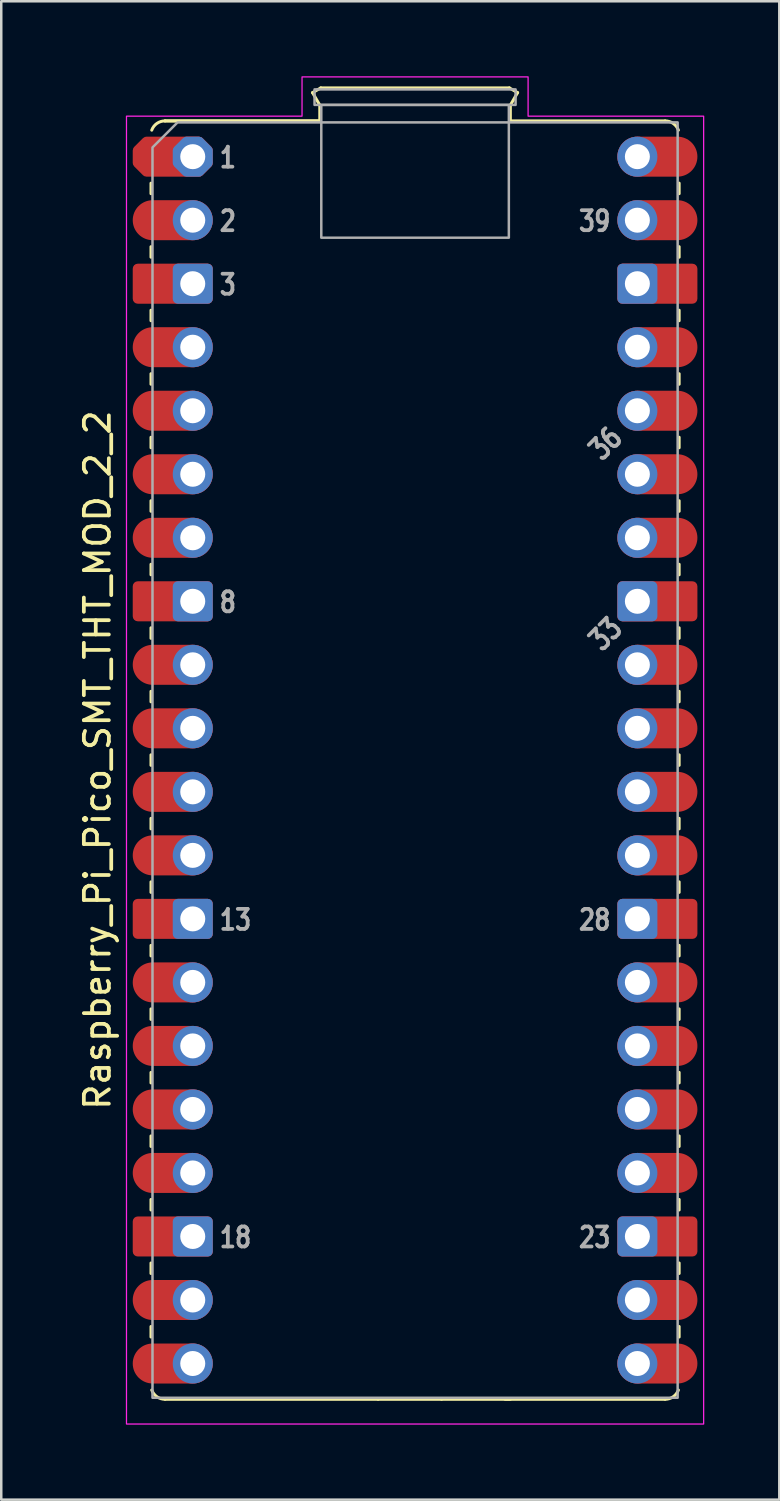
<source format=kicad_pcb>
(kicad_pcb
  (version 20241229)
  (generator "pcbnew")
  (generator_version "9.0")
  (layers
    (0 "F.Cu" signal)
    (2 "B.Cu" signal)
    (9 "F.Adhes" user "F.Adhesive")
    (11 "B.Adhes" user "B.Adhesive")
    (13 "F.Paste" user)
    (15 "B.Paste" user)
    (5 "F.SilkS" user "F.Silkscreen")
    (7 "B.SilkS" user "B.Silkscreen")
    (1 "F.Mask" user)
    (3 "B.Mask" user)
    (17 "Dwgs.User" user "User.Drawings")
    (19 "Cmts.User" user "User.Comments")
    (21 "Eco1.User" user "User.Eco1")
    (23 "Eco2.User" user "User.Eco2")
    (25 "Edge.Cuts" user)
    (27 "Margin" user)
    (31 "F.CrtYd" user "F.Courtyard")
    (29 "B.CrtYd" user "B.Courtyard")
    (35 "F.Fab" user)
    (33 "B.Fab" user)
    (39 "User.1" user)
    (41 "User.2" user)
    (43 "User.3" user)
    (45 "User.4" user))
  (footprint "Raspberry_Pi_Pico_SMT_THT_MOD_2_2"
    (layer "F.Cu")
    (at 4.658 3.215)
    (property "Reference" "Raspberry_Pi_Pico_SMT_THT_MOD_2_2" (at -3.81 24.13 270) (layer "F.SilkS") (effects (font (size 1 1) (thickness 0.15))))
    (attr through_hole)
    (fp_line (start -1.67 1.06) (end -1.67 1.48) (stroke (width 0.12) (type solid)) (layer "F.SilkS"))
    (fp_line (start -1.67 3.6) (end -1.67 4.02) (stroke (width 0.12) (type solid)) (layer "F.SilkS"))
    (fp_line (start -1.67 6.14) (end -1.67 6.56) (stroke (width 0.12) (type solid)) (layer "F.SilkS"))
    (fp_line (start -1.67 8.68) (end -1.67 9.1) (stroke (width 0.12) (type solid)) (layer "F.SilkS"))
    (fp_line (start -1.67 11.22) (end -1.67 11.64) (stroke (width 0.12) (type solid)) (layer "F.SilkS"))
    (fp_line (start -1.67 13.76) (end -1.67 14.18) (stroke (width 0.12) (type solid)) (layer "F.SilkS"))
    (fp_line (start -1.67 16.3) (end -1.67 16.72) (stroke (width 0.12) (type solid)) (layer "F.SilkS"))
    (fp_line (start -1.67 18.84) (end -1.67 19.26) (stroke (width 0.12) (type solid)) (layer "F.SilkS"))
    (fp_line (start -1.67 21.38) (end -1.67 21.8) (stroke (width 0.12) (type solid)) (layer "F.SilkS"))
    (fp_line (start -1.67 23.92) (end -1.67 24.34) (stroke (width 0.12) (type solid)) (layer "F.SilkS"))
    (fp_line (start -1.67 26.46) (end -1.67 26.88) (stroke (width 0.12) (type solid)) (layer "F.SilkS"))
    (fp_line (start -1.67 29) (end -1.67 29.42) (stroke (width 0.12) (type solid)) (layer "F.SilkS"))
    (fp_line (start -1.67 31.54) (end -1.67 31.96) (stroke (width 0.12) (type solid)) (layer "F.SilkS"))
    (fp_line (start -1.67 34.08) (end -1.67 34.5) (stroke (width 0.12) (type solid)) (layer "F.SilkS"))
    (fp_line (start -1.67 36.62) (end -1.67 37.04) (stroke (width 0.12) (type solid)) (layer "F.SilkS"))
    (fp_line (start -1.67 39.16) (end -1.67 39.58) (stroke (width 0.12) (type solid)) (layer "F.SilkS"))
    (fp_line (start -1.67 41.7) (end -1.67 42.12) (stroke (width 0.12) (type solid)) (layer "F.SilkS"))
    (fp_line (start -1.67 44.24) (end -1.67 44.66) (stroke (width 0.12) (type solid)) (layer "F.SilkS"))
    (fp_line (start -1.67 46.78) (end -1.67 47.2) (stroke (width 0.12) (type solid)) (layer "F.SilkS"))
    (fp_line (start -1.11 -1.43) (end 5.08 -1.43) (stroke (width 0.12) (type solid)) (layer "F.SilkS"))
    (fp_line (start -1.11 49.69) (end 7.41 49.69) (stroke (width 0.12) (type solid)) (layer "F.SilkS"))
    (fp_line (start 4.79 -2.56) (end 5.12 -2.75) (stroke (width 0.12) (type solid)) (layer "F.SilkS"))
    (fp_line (start 5.08 -2.06) (end 4.79 -2.56) (stroke (width 0.12) (type solid)) (layer "F.SilkS"))
    (fp_line (start 5.08 -1.43) (end -1.11 -1.43) (stroke (width 0.12) (type solid)) (layer "F.SilkS"))
    (fp_line (start 5.08 -1.43) (end 5.08 -2.06) (stroke (width 0.12) (type solid)) (layer "F.SilkS"))
    (fp_line (start 5.12 -2.75) (end 12.66 -2.75) (stroke (width 0.12) (type solid)) (layer "F.SilkS"))
    (fp_line (start 7.41 49.69) (end 9.95 49.69) (stroke (width 0.12) (type solid)) (layer "F.SilkS"))
    (fp_line (start 9.95 49.69) (end 12.7 49.69) (stroke (width 0.12) (type solid)) (layer "F.SilkS"))
    (fp_line (start 12.49 49.69) (end 18.89 49.69) (stroke (width 0.12) (type solid)) (layer "F.SilkS"))
    (fp_line (start 12.66 -2.75) (end 12.99 -2.56) (stroke (width 0.12) (type solid)) (layer "F.SilkS"))
    (fp_line (start 12.7 -2.06) (end 12.7 -1.43) (stroke (width 0.12) (type solid)) (layer "F.SilkS"))
    (fp_line (start 12.99 -2.56) (end 12.7 -2.06) (stroke (width 0.12) (type solid)) (layer "F.SilkS"))
    (fp_line (start 18.89 -1.43) (end 12.7 -1.43) (stroke (width 0.12) (type solid)) (layer "F.SilkS"))
    (fp_line (start 19.45 1.06) (end 19.45 1.48) (stroke (width 0.12) (type solid)) (layer "F.SilkS"))
    (fp_line (start 19.45 3.6) (end 19.45 4.02) (stroke (width 0.12) (type solid)) (layer "F.SilkS"))
    (fp_line (start 19.45 6.14) (end 19.45 6.56) (stroke (width 0.12) (type solid)) (layer "F.SilkS"))
    (fp_line (start 19.45 8.68) (end 19.45 9.1) (stroke (width 0.12) (type solid)) (layer "F.SilkS"))
    (fp_line (start 19.45 11.22) (end 19.45 11.64) (stroke (width 0.12) (type solid)) (layer "F.SilkS"))
    (fp_line (start 19.45 13.76) (end 19.45 14.18) (stroke (width 0.12) (type solid)) (layer "F.SilkS"))
    (fp_line (start 19.45 16.3) (end 19.45 16.72) (stroke (width 0.12) (type solid)) (layer "F.SilkS"))
    (fp_line (start 19.45 18.84) (end 19.45 19.26) (stroke (width 0.12) (type solid)) (layer "F.SilkS"))
    (fp_line (start 19.45 21.38) (end 19.45 21.8) (stroke (width 0.12) (type solid)) (layer "F.SilkS"))
    (fp_line (start 19.45 23.92) (end 19.45 24.34) (stroke (width 0.12) (type solid)) (layer "F.SilkS"))
    (fp_line (start 19.45 26.46) (end 19.45 26.88) (stroke (width 0.12) (type solid)) (layer "F.SilkS"))
    (fp_line (start 19.45 29) (end 19.45 29.42) (stroke (width 0.12) (type solid)) (layer "F.SilkS"))
    (fp_line (start 19.45 31.54) (end 19.45 31.96) (stroke (width 0.12) (type solid)) (layer "F.SilkS"))
    (fp_line (start 19.45 34.08) (end 19.45 34.5) (stroke (width 0.12) (type solid)) (layer "F.SilkS"))
    (fp_line (start 19.45 36.62) (end 19.45 37.04) (stroke (width 0.12) (type solid)) (layer "F.SilkS"))
    (fp_line (start 19.45 39.16) (end 19.45 39.58) (stroke (width 0.12) (type solid)) (layer "F.SilkS"))
    (fp_line (start 19.45 41.7) (end 19.45 42.12) (stroke (width 0.12) (type solid)) (layer "F.SilkS"))
    (fp_line (start 19.45 44.24) (end 19.45 44.66) (stroke (width 0.12) (type solid)) (layer "F.SilkS"))
    (fp_line (start 19.45 46.78) (end 19.45 47.2) (stroke (width 0.12) (type solid)) (layer "F.SilkS"))
    (fp_arc (start -1.64 -1.06) (mid -1.433508 -1.328808) (end -1.11 -1.43) (stroke (width 0.12) (type solid)) (layer "F.SilkS"))
    (fp_arc (start -1.11 49.69) (mid -1.433508 49.588809) (end -1.64 49.32) (stroke (width 0.12) (type solid)) (layer "F.SilkS"))
    (fp_arc (start 18.89 -1.43) (mid 19.213484 -1.328785) (end 19.42 -1.06) (stroke (width 0.12) (type solid)) (layer "F.SilkS"))
    (fp_arc (start 19.42 49.32) (mid 19.213497 49.588778) (end 18.89 49.69) (stroke (width 0.12) (type solid)) (layer "F.SilkS"))
    (fp_poly (pts (xy 13.41 -1.62) (xy 20.43 -1.62) (xy 20.43 50.68) (xy -2.65 50.68) (xy -2.65 -1.62) (xy 4.37 -1.62) (xy 4.37 -3.19) (xy 13.41 -3.19)) (stroke (width 0.05) (type solid)) (fill no) (layer "F.CrtYd"))
    (fp_rect (start 4.87 -2.69) (end 12.91 -2.07) (stroke (width 0.1) (type solid)) (fill no) (layer "F.Fab"))
    (fp_rect (start 5.14 -2.07) (end 12.64 3.24) (stroke (width 0.1) (type solid)) (fill no) (layer "F.Fab"))
    (fp_poly (pts (xy 19.39 49.63) (xy -1.61 49.63) (xy -1.61 -0.37) (xy -0.61 -1.37) (xy 19.39 -1.37)) (stroke (width 0.1) (type solid)) (fill no) (layer "F.Fab"))
    (fp_text user "33" (at 16.51 19.088 45) (unlocked yes) (layer "F.Fab") (effects (font (size 0.8 0.64) (thickness 0.15))))
    (fp_text user "2" (at 1 2.578 0) (unlocked yes) (layer "F.Fab") (effects (font (size 0.8 0.64) (thickness 0.15)) (justify left)))
    (fp_text user "28" (at 16.78 30.518 0) (unlocked yes) (layer "F.Fab") (effects (font (size 0.8 0.64) (thickness 0.15)) (justify right)))
    (fp_text user "39" (at 16.78 2.578 0) (unlocked yes) (layer "F.Fab") (effects (font (size 0.8 0.64) (thickness 0.15)) (justify right)))
    (fp_text user "1" (at 1 0.038 0) (unlocked yes) (layer "F.Fab") (effects (font (size 0.8 0.64) (thickness 0.15)) (justify left)))
    (fp_text user "18" (at 1 43.218 0) (unlocked yes) (layer "F.Fab") (effects (font (size 0.8 0.64) (thickness 0.15)) (justify left)))
    (fp_text user "3" (at 1 5.118 0) (unlocked yes) (layer "F.Fab") (effects (font (size 0.8 0.64) (thickness 0.15)) (justify left)))
    (fp_text user "23" (at 16.78 43.218 0) (unlocked yes) (layer "F.Fab") (effects (font (size 0.8 0.64) (thickness 0.15)) (justify right)))
    (fp_text user "36" (at 16.51 11.468 45) (unlocked yes) (layer "F.Fab") (effects (font (size 0.8 0.64) (thickness 0.15))))
    (fp_text user "8" (at 1 17.818 0) (unlocked yes) (layer "F.Fab") (effects (font (size 0.8 0.64) (thickness 0.15)) (justify left)))
    (fp_text user "13" (at 1 30.518 0) (unlocked yes) (layer "F.Fab") (effects (font (size 0.8 0.64) (thickness 0.15)) (justify left)))
    (pad "1" smd custom (at -1.6 0) (size 1.6 1.6) (layers "F.Cu" "F.Mask") (options (anchor circle)) (primitives (gr_poly (pts (xy 2.2 0.249) (xy 1.849 0.6) (xy -0.249 0.6) (xy -0.6 0.249) (xy -0.6 -0.249) (xy -0.249 -0.6) (xy 1.849 -0.6) (xy 2.2 -0.249)) (width 0.4) (fill yes))))
    (pad "1" thru_hole custom (at 0 0) (size 1.6 1.6) (drill 1) (layers "*.Cu" "*.Mask") (options (anchor circle)) (primitives (gr_poly (pts (xy 0.6 0.249) (xy 0.249 0.6) (xy -0.249 0.6) (xy -0.6 0.249) (xy -0.6 -0.249) (xy -0.249 -0.6) (xy 0.249 -0.6) (xy 0.6 -0.249)) (width 0.4) (fill yes))))
    (pad "2" smd oval (at -1.6 2.54) (size 3.2 1.6) (drill (offset 0.8 0)) (layers "F.Cu" "F.Mask"))
    (pad "2" thru_hole circle (at 0 2.54) (size 1.6 1.6) (drill 1) (layers "*.Cu" "*.Mask"))
    (pad "3" smd roundrect (at -1.6 5.08) (size 3.2 1.6) (drill (offset 0.8 0)) (layers "F.Cu" "F.Mask") (roundrect_rratio 0.125))
    (pad "3" thru_hole roundrect (at 0 5.08) (size 1.6 1.6) (drill 1) (layers "*.Cu" "*.Mask") (roundrect_rratio 0.125))
    (pad "4" smd oval (at -1.6 7.62) (size 3.2 1.6) (drill (offset 0.8 0)) (layers "F.Cu" "F.Mask"))
    (pad "4" thru_hole circle (at 0 7.62) (size 1.6 1.6) (drill 1) (layers "*.Cu" "*.Mask"))
    (pad "5" smd oval (at -1.6 10.16) (size 3.2 1.6) (drill (offset 0.8 0)) (layers "F.Cu" "F.Mask"))
    (pad "5" thru_hole circle (at 0 10.16) (size 1.6 1.6) (drill 1) (layers "*.Cu" "*.Mask"))
    (pad "6" smd oval (at -1.6 12.7) (size 3.2 1.6) (drill (offset 0.8 0)) (layers "F.Cu" "F.Mask"))
    (pad "6" thru_hole circle (at 0 12.7) (size 1.6 1.6) (drill 1) (layers "*.Cu" "*.Mask"))
    (pad "7" smd oval (at -1.6 15.24) (size 3.2 1.6) (drill (offset 0.8 0)) (layers "F.Cu" "F.Mask"))
    (pad "7" thru_hole circle (at 0 15.24) (size 1.6 1.6) (drill 1) (layers "*.Cu" "*.Mask"))
    (pad "8" smd roundrect (at -1.6 17.78) (size 3.2 1.6) (drill (offset 0.8 0)) (layers "F.Cu" "F.Mask") (roundrect_rratio 0.125))
    (pad "8" thru_hole roundrect (at 0 17.78) (size 1.6 1.6) (drill 1) (layers "*.Cu" "*.Mask") (roundrect_rratio 0.125))
    (pad "9" smd oval (at -1.6 20.32) (size 3.2 1.6) (drill (offset 0.8 0)) (layers "F.Cu" "F.Mask"))
    (pad "9" thru_hole circle (at 0 20.32) (size 1.6 1.6) (drill 1) (layers "*.Cu" "*.Mask"))
    (pad "10" smd oval (at -1.6 22.86) (size 3.2 1.6) (drill (offset 0.8 0)) (layers "F.Cu" "F.Mask"))
    (pad "10" thru_hole circle (at 0 22.86) (size 1.6 1.6) (drill 1) (layers "*.Cu" "*.Mask"))
    (pad "11" smd oval (at -1.6 25.4) (size 3.2 1.6) (drill (offset 0.8 0)) (layers "F.Cu" "F.Mask"))
    (pad "11" thru_hole circle (at 0 25.4) (size 1.6 1.6) (drill 1) (layers "*.Cu" "*.Mask"))
    (pad "12" smd oval (at -1.6 27.94) (size 3.2 1.6) (drill (offset 0.8 0)) (layers "F.Cu" "F.Mask"))
    (pad "12" thru_hole circle (at 0 27.94) (size 1.6 1.6) (drill 1) (layers "*.Cu" "*.Mask"))
    (pad "13" smd roundrect (at -1.6 30.48) (size 3.2 1.6) (drill (offset 0.8 0)) (layers "F.Cu" "F.Mask") (roundrect_rratio 0.125))
    (pad "13" thru_hole roundrect (at 0 30.48) (size 1.6 1.6) (drill 1) (layers "*.Cu" "*.Mask") (roundrect_rratio 0.125))
    (pad "14" smd oval (at -1.6 33.02) (size 3.2 1.6) (drill (offset 0.8 0)) (layers "F.Cu" "F.Mask"))
    (pad "14" thru_hole circle (at 0 33.02) (size 1.6 1.6) (drill 1) (layers "*.Cu" "*.Mask"))
    (pad "15" smd oval (at -1.6 35.56) (size 3.2 1.6) (drill (offset 0.8 0)) (layers "F.Cu" "F.Mask"))
    (pad "15" thru_hole circle (at 0 35.56) (size 1.6 1.6) (drill 1) (layers "*.Cu" "*.Mask"))
    (pad "16" smd oval (at -1.6 38.1) (size 3.2 1.6) (drill (offset 0.8 0)) (layers "F.Cu" "F.Mask"))
    (pad "16" thru_hole circle (at 0 38.1) (size 1.6 1.6) (drill 1) (layers "*.Cu" "*.Mask"))
    (pad "17" smd oval (at -1.6 40.64) (size 3.2 1.6) (drill (offset 0.8 0)) (layers "F.Cu" "F.Mask"))
    (pad "17" thru_hole circle (at 0 40.64) (size 1.6 1.6) (drill 1) (layers "*.Cu" "*.Mask"))
    (pad "18" smd roundrect (at -1.6 43.18) (size 3.2 1.6) (drill (offset 0.8 0)) (layers "F.Cu" "F.Mask") (roundrect_rratio 0.125))
    (pad "18" thru_hole roundrect (at 0 43.18) (size 1.6 1.6) (drill 1) (layers "*.Cu" "*.Mask") (roundrect_rratio 0.125))
    (pad "19" smd oval (at -1.6 45.72) (size 3.2 1.6) (drill (offset 0.8 0)) (layers "F.Cu" "F.Mask"))
    (pad "19" thru_hole circle (at 0 45.72) (size 1.6 1.6) (drill 1) (layers "*.Cu" "*.Mask"))
    (pad "20" smd oval (at -1.6 48.26) (size 3.2 1.6) (drill (offset 0.8 0)) (layers "F.Cu" "F.Mask"))
    (pad "20" thru_hole circle (at 0 48.26) (size 1.6 1.6) (drill 1) (layers "*.Cu" "*.Mask"))
    (pad "21" thru_hole circle (at 17.78 48.26) (size 1.6 1.6) (drill 1) (layers "*.Cu" "*.Mask"))
    (pad "21" smd oval (at 19.38 48.26) (size 3.2 1.6) (drill (offset -0.8 0)) (layers "F.Cu" "F.Mask"))
    (pad "22" thru_hole circle (at 17.78 45.72) (size 1.6 1.6) (drill 1) (layers "*.Cu" "*.Mask"))
    (pad "22" smd oval (at 19.38 45.72) (size 3.2 1.6) (drill (offset -0.8 0)) (layers "F.Cu" "F.Mask"))
    (pad "23" thru_hole roundrect (at 17.78 43.18) (size 1.6 1.6) (drill 1) (layers "*.Cu" "*.Mask") (roundrect_rratio 0.125))
    (pad "23" smd roundrect (at 19.38 43.18) (size 3.2 1.6) (drill (offset -0.8 0)) (layers "F.Cu" "F.Mask") (roundrect_rratio 0.125))
    (pad "24" thru_hole circle (at 17.78 40.64) (size 1.6 1.6) (drill 1) (layers "*.Cu" "*.Mask"))
    (pad "24" smd oval (at 19.38 40.64) (size 3.2 1.6) (drill (offset -0.8 0)) (layers "F.Cu" "F.Mask"))
    (pad "25" thru_hole circle (at 17.78 38.1) (size 1.6 1.6) (drill 1) (layers "*.Cu" "*.Mask"))
    (pad "25" smd oval (at 19.38 38.1) (size 3.2 1.6) (drill (offset -0.8 0)) (layers "F.Cu" "F.Mask"))
    (pad "26" thru_hole circle (at 17.78 35.56) (size 1.6 1.6) (drill 1) (layers "*.Cu" "*.Mask"))
    (pad "26" smd oval (at 19.38 35.56) (size 3.2 1.6) (drill (offset -0.8 0)) (layers "F.Cu" "F.Mask"))
    (pad "27" thru_hole circle (at 17.78 33.02) (size 1.6 1.6) (drill 1) (layers "*.Cu" "*.Mask"))
    (pad "27" smd oval (at 19.38 33.02) (size 3.2 1.6) (drill (offset -0.8 0)) (layers "F.Cu" "F.Mask"))
    (pad "28" thru_hole roundrect (at 17.78 30.48) (size 1.6 1.6) (drill 1) (layers "*.Cu" "*.Mask") (roundrect_rratio 0.125))
    (pad "28" smd roundrect (at 19.38 30.48) (size 3.2 1.6) (drill (offset -0.8 0)) (layers "F.Cu" "F.Mask") (roundrect_rratio 0.125))
    (pad "29" thru_hole circle (at 17.78 27.94) (size 1.6 1.6) (drill 1) (layers "*.Cu" "*.Mask"))
    (pad "29" smd oval (at 19.38 27.94) (size 3.2 1.6) (drill (offset -0.8 0)) (layers "F.Cu" "F.Mask"))
    (pad "30" thru_hole circle (at 17.78 25.4) (size 1.6 1.6) (drill 1) (layers "*.Cu" "*.Mask"))
    (pad "30" smd oval (at 19.38 25.4) (size 3.2 1.6) (drill (offset -0.8 0)) (layers "F.Cu" "F.Mask"))
    (pad "31" thru_hole circle (at 17.78 22.86) (size 1.6 1.6) (drill 1) (layers "*.Cu" "*.Mask"))
    (pad "31" smd oval (at 19.38 22.86) (size 3.2 1.6) (drill (offset -0.8 0)) (layers "F.Cu" "F.Mask"))
    (pad "32" thru_hole circle (at 17.78 20.32) (size 1.6 1.6) (drill 1) (layers "*.Cu" "*.Mask"))
    (pad "32" smd oval (at 19.38 20.32) (size 3.2 1.6) (drill (offset -0.8 0)) (layers "F.Cu" "F.Mask"))
    (pad "33" thru_hole roundrect (at 17.78 17.78) (size 1.6 1.6) (drill 1) (layers "*.Cu" "*.Mask") (roundrect_rratio 0.125))
    (pad "33" smd roundrect (at 19.38 17.78) (size 3.2 1.6) (drill (offset -0.8 0)) (layers "F.Cu" "F.Mask") (roundrect_rratio 0.125))
    (pad "34" thru_hole circle (at 17.78 15.24) (size 1.6 1.6) (drill 1) (layers "*.Cu" "*.Mask"))
    (pad "34" smd oval (at 19.38 15.24) (size 3.2 1.6) (drill (offset -0.8 0)) (layers "F.Cu" "F.Mask"))
    (pad "35" thru_hole circle (at 17.78 12.7) (size 1.6 1.6) (drill 1) (layers "*.Cu" "*.Mask"))
    (pad "35" smd oval (at 19.38 12.7) (size 3.2 1.6) (drill (offset -0.8 0)) (layers "F.Cu" "F.Mask"))
    (pad "36" thru_hole circle (at 17.78 10.16) (size 1.6 1.6) (drill 1) (layers "*.Cu" "*.Mask"))
    (pad "36" smd oval (at 19.38 10.16) (size 3.2 1.6) (drill (offset -0.8 0)) (layers "F.Cu" "F.Mask"))
    (pad "37" thru_hole circle (at 17.78 7.62) (size 1.6 1.6) (drill 1) (layers "*.Cu" "*.Mask"))
    (pad "37" smd oval (at 19.38 7.62) (size 3.2 1.6) (drill (offset -0.8 0)) (layers "F.Cu" "F.Mask"))
    (pad "38" thru_hole roundrect (at 17.78 5.08) (size 1.6 1.6) (drill 1) (layers "*.Cu" "*.Mask") (roundrect_rratio 0.125))
    (pad "38" smd roundrect (at 19.38 5.08) (size 3.2 1.6) (drill (offset -0.8 0)) (layers "F.Cu" "F.Mask") (roundrect_rratio 0.125))
    (pad "39" thru_hole circle (at 17.78 2.54) (size 1.6 1.6) (drill 1) (layers "*.Cu" "*.Mask"))
    (pad "39" smd oval (at 19.38 2.54) (size 3.2 1.6) (drill (offset -0.8 0)) (layers "F.Cu" "F.Mask"))
    (pad "40" thru_hole circle (at 17.78 0) (size 1.6 1.6) (drill 1) (layers "*.Cu" "*.Mask"))
    (pad "40" smd oval (at 19.38 0) (size 3.2 1.6) (drill (offset -0.8 0)) (layers "F.Cu" "F.Mask"))
    (zone (net_name "") (layer "F.Cu") (name "Test Point Keepout") (hatch full 0.508) (connect_pads) (min_thickness 0.254) (filled_areas_thickness no) (keepout (tracks not_allowed) (vias not_allowed) (pads allowed) (copperpour not_allowed) (footprints allowed)) (placement (enabled no)) (fill) (polygon (pts (xy 12.098 10.895) (xy 9.998 10.895) (xy 9.998 8.795) (xy 12.098 8.795))))
    (zone (net_name "") (layer "F.Cu") (name "Test Point Keepout") (hatch full 0.508) (connect_pads) (min_thickness 0.254) (filled_areas_thickness no) (keepout (tracks not_allowed) (vias not_allowed) (pads allowed) (copperpour not_allowed) (footprints allowed)) (placement (enabled no)) (fill) (polygon (pts (xy 12.098 13.395) (xy 9.998 13.395) (xy 9.998 11.295) (xy 12.098 11.295))))
    (zone (net_name "") (layer "F.Cu") (name "Test Point Keepout") (hatch full 0.508) (connect_pads) (min_thickness 0.254) (filled_areas_thickness no) (keepout (tracks not_allowed) (vias not_allowed) (pads allowed) (copperpour not_allowed) (footprints allowed)) (placement (enabled no)) (fill) (polygon (pts (xy 12.098 15.895) (xy 9.998 15.895) (xy 9.998 13.795) (xy 12.098 13.795))))
    (zone (net_name "") (layer "F.Cu") (name "Test Point Keepout") (hatch full 0.508) (connect_pads) (min_thickness 0.254) (filled_areas_thickness no) (keepout (tracks not_allowed) (vias not_allowed) (pads allowed) (copperpour not_allowed) (footprints allowed)) (placement (enabled no)) (fill) (polygon (pts (xy 14.598 7.395) (xy 12.498 7.395) (xy 12.498 5.295) (xy 14.598 5.295))))
    (zone (net_name "") (layer "F.Cu") (name "Test Point Keepout") (hatch full 0.508) (connect_pads) (min_thickness 0.254) (filled_areas_thickness no) (keepout (tracks not_allowed) (vias not_allowed) (pads allowed) (copperpour not_allowed) (footprints allowed)) (placement (enabled no)) (fill) (polygon (pts (xy 15.598 4.095) (xy 11.498 4.095) (xy 11.498 1.995) (xy 15.598 1.995)))))
  (gr_rect
    (start -3 -3)
    (end 28.113 56.92)
    (stroke (width 0.1) (type default))
    (fill no)
    (layer "Edge.Cuts")))
</source>
